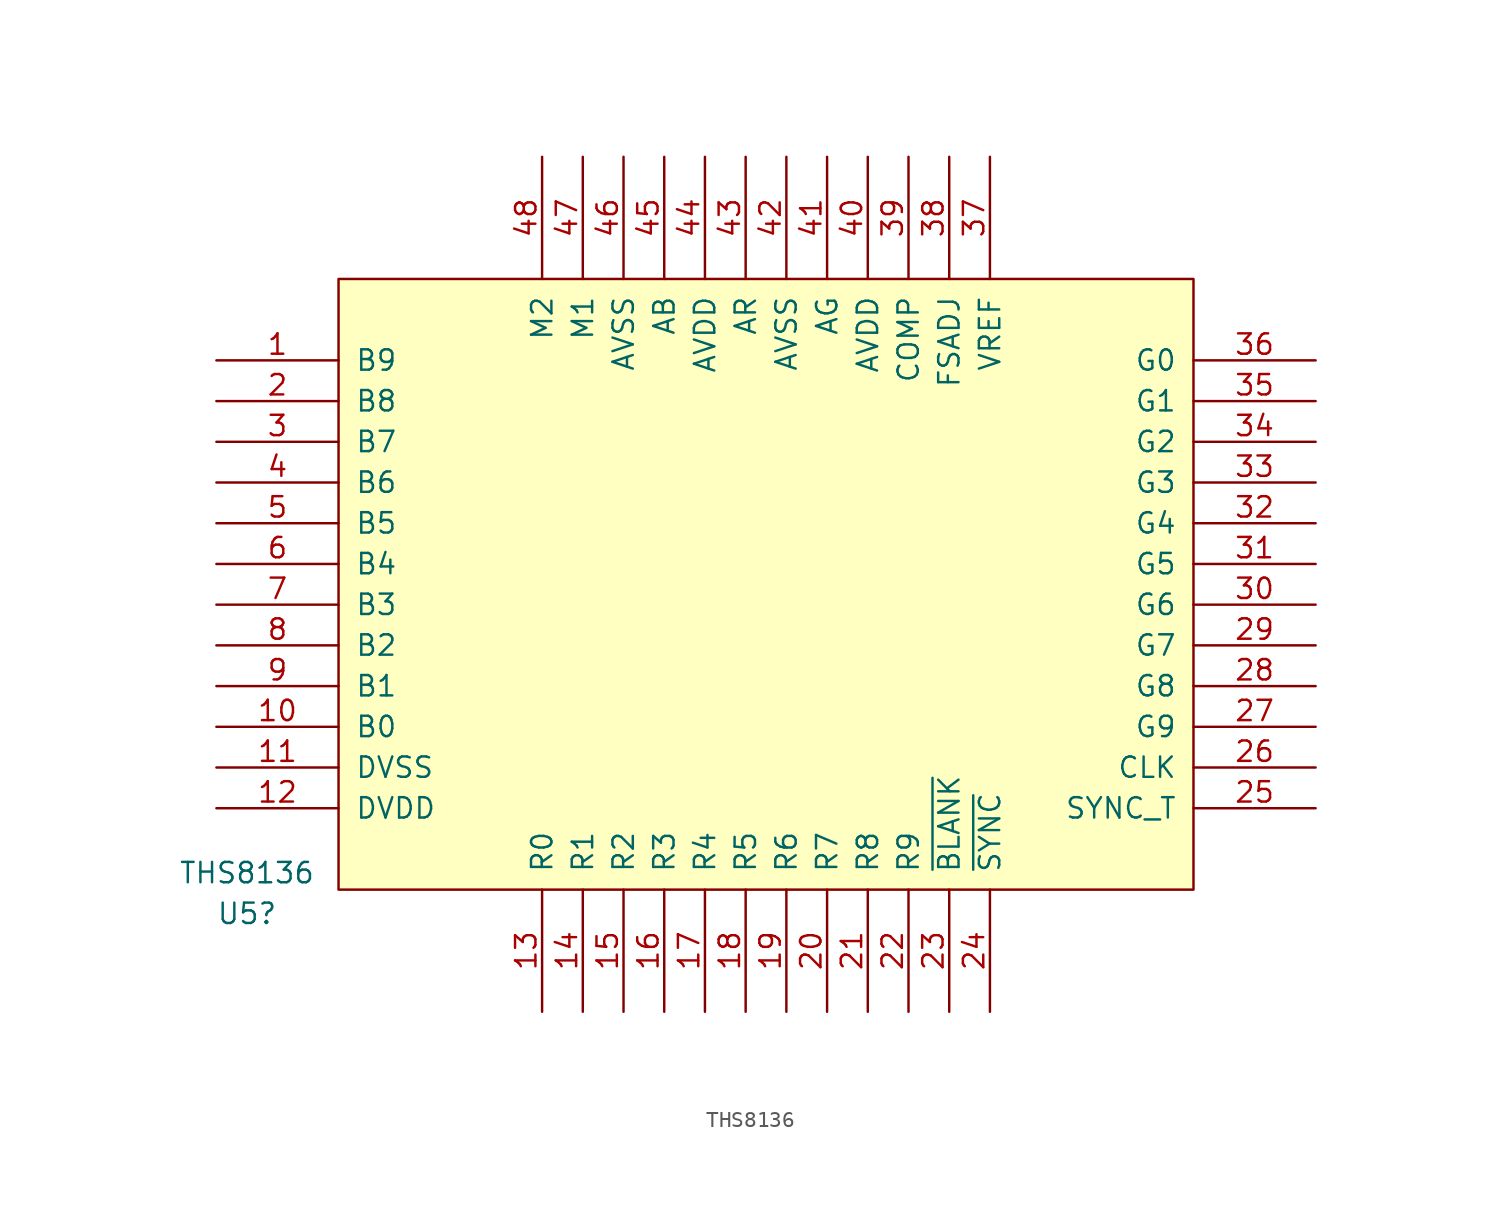
<source format=kicad_sym>
(kicad_symbol_lib
  (version 20211014)
  (generator kicad_symbol_editor)
  (symbol "THS8136"
    (pin_names
      (offset 1.016))
    (property "Reference" "U5"
      (at -32.385 -20.549 0)
      (effects (font (size 1.27 1.27))))
    (property "Value" "THS8136"
      (at -32.385 -18.009 0)
      (effects (font (size 1.27 1.27))))
    (symbol "THS8136_0_0"
      (pin power_in line (at -8.89 26.67 270) (length 2.54) hide (name "THERMAL" (effects (font (size 1.27 1.27)))) (number "49" (effects (font (size 1.27 1.27))))))
    (symbol "THS8136_1_0"
      (rectangle (start -26.67 -19.05) (end 26.67 19.05) (stroke (width 0) (type default) (color 0 0 0 0)) (fill (type background))))
    (symbol "THS8136_1_1"
      (pin input line (at -34.29 13.97 0) (length 7.62) (name "B9" (effects (font (size 1.27 1.27)))) (number "1" (effects (font (size 1.27 1.27)))))
      (pin input line (at -34.29 -8.89 0) (length 7.62) (name "B0" (effects (font (size 1.27 1.27)))) (number "10" (effects (font (size 1.27 1.27)))))
      (pin power_in line (at -34.29 -11.43 0) (length 7.62) (name "DVSS" (effects (font (size 1.27 1.27)))) (number "11" (effects (font (size 1.27 1.27)))))
      (pin power_in line (at -34.29 -13.97 0) (length 7.62) (name "DVDD" (effects (font (size 1.27 1.27)))) (number "12" (effects (font (size 1.27 1.27)))))
      (pin input line (at -13.97 -26.67 90) (length 7.62) (name "R0" (effects (font (size 1.27 1.27)))) (number "13" (effects (font (size 1.27 1.27)))))
      (pin input line (at -11.43 -26.67 90) (length 7.62) (name "R1" (effects (font (size 1.27 1.27)))) (number "14" (effects (font (size 1.27 1.27)))))
      (pin input line (at -8.89 -26.67 90) (length 7.62) (name "R2" (effects (font (size 1.27 1.27)))) (number "15" (effects (font (size 1.27 1.27)))))
      (pin input line (at -6.35 -26.67 90) (length 7.62) (name "R3" (effects (font (size 1.27 1.27)))) (number "16" (effects (font (size 1.27 1.27)))))
      (pin input line (at -3.81 -26.67 90) (length 7.62) (name "R4" (effects (font (size 1.27 1.27)))) (number "17" (effects (font (size 1.27 1.27)))))
      (pin input line (at -1.27 -26.67 90) (length 7.62) (name "R5" (effects (font (size 1.27 1.27)))) (number "18" (effects (font (size 1.27 1.27)))))
      (pin input line (at 1.27 -26.67 90) (length 7.62) (name "R6" (effects (font (size 1.27 1.27)))) (number "19" (effects (font (size 1.27 1.27)))))
      (pin input line (at -34.29 11.43 0) (length 7.62) (name "B8" (effects (font (size 1.27 1.27)))) (number "2" (effects (font (size 1.27 1.27)))))
      (pin input line (at 3.81 -26.67 90) (length 7.62) (name "R7" (effects (font (size 1.27 1.27)))) (number "20" (effects (font (size 1.27 1.27)))))
      (pin input line (at 6.35 -26.67 90) (length 7.62) (name "R8" (effects (font (size 1.27 1.27)))) (number "21" (effects (font (size 1.27 1.27)))))
      (pin input line (at 8.89 -26.67 90) (length 7.62) (name "R9" (effects (font (size 1.27 1.27)))) (number "22" (effects (font (size 1.27 1.27)))))
      (pin input line (at 11.43 -26.67 90) (length 7.62) (name "~{BLANK}" (effects (font (size 1.27 1.27)))) (number "23" (effects (font (size 1.27 1.27)))))
      (pin input line (at 13.97 -26.67 90) (length 7.62) (name "~{SYNC}" (effects (font (size 1.27 1.27)))) (number "24" (effects (font (size 1.27 1.27)))))
      (pin input line (at 34.29 -13.97 180) (length 7.62) (name "SYNC_T" (effects (font (size 1.27 1.27)))) (number "25" (effects (font (size 1.27 1.27)))))
      (pin input line (at 34.29 -11.43 180) (length 7.62) (name "CLK" (effects (font (size 1.27 1.27)))) (number "26" (effects (font (size 1.27 1.27)))))
      (pin input line (at 34.29 -8.89 180) (length 7.62) (name "G9" (effects (font (size 1.27 1.27)))) (number "27" (effects (font (size 1.27 1.27)))))
      (pin input line (at 34.29 -6.35 180) (length 7.62) (name "G8" (effects (font (size 1.27 1.27)))) (number "28" (effects (font (size 1.27 1.27)))))
      (pin input line (at 34.29 -3.81 180) (length 7.62) (name "G7" (effects (font (size 1.27 1.27)))) (number "29" (effects (font (size 1.27 1.27)))))
      (pin input line (at -34.29 8.89 0) (length 7.62) (name "B7" (effects (font (size 1.27 1.27)))) (number "3" (effects (font (size 1.27 1.27)))))
      (pin input line (at 34.29 -1.27 180) (length 7.62) (name "G6" (effects (font (size 1.27 1.27)))) (number "30" (effects (font (size 1.27 1.27)))))
      (pin input line (at 34.29 1.27 180) (length 7.62) (name "G5" (effects (font (size 1.27 1.27)))) (number "31" (effects (font (size 1.27 1.27)))))
      (pin input line (at 34.29 3.81 180) (length 7.62) (name "G4" (effects (font (size 1.27 1.27)))) (number "32" (effects (font (size 1.27 1.27)))))
      (pin input line (at 34.29 6.35 180) (length 7.62) (name "G3" (effects (font (size 1.27 1.27)))) (number "33" (effects (font (size 1.27 1.27)))))
      (pin input line (at 34.29 8.89 180) (length 7.62) (name "G2" (effects (font (size 1.27 1.27)))) (number "34" (effects (font (size 1.27 1.27)))))
      (pin input line (at 34.29 11.43 180) (length 7.62) (name "G1" (effects (font (size 1.27 1.27)))) (number "35" (effects (font (size 1.27 1.27)))))
      (pin input line (at 34.29 13.97 180) (length 7.62) (name "G0" (effects (font (size 1.27 1.27)))) (number "36" (effects (font (size 1.27 1.27)))))
      (pin output line (at 13.97 26.67 270) (length 7.62) (name "VREF" (effects (font (size 1.27 1.27)))) (number "37" (effects (font (size 1.27 1.27)))))
      (pin passive line (at 11.43 26.67 270) (length 7.62) (name "FSADJ" (effects (font (size 1.27 1.27)))) (number "38" (effects (font (size 1.27 1.27)))))
      (pin output line (at 8.89 26.67 270) (length 7.62) (name "COMP" (effects (font (size 1.27 1.27)))) (number "39" (effects (font (size 1.27 1.27)))))
      (pin input line (at -34.29 6.35 0) (length 7.62) (name "B6" (effects (font (size 1.27 1.27)))) (number "4" (effects (font (size 1.27 1.27)))))
      (pin power_in line (at 6.35 26.67 270) (length 7.62) (name "AVDD" (effects (font (size 1.27 1.27)))) (number "40" (effects (font (size 1.27 1.27)))))
      (pin output line (at 3.81 26.67 270) (length 7.62) (name "AG" (effects (font (size 1.27 1.27)))) (number "41" (effects (font (size 1.27 1.27)))))
      (pin power_in line (at 1.27 26.67 270) (length 7.62) (name "AVSS" (effects (font (size 1.27 1.27)))) (number "42" (effects (font (size 1.27 1.27)))))
      (pin output line (at -1.27 26.67 270) (length 7.62) (name "AR" (effects (font (size 1.27 1.27)))) (number "43" (effects (font (size 1.27 1.27)))))
      (pin power_in line (at -3.81 26.67 270) (length 7.62) (name "AVDD" (effects (font (size 1.27 1.27)))) (number "44" (effects (font (size 1.27 1.27)))))
      (pin output line (at -6.35 26.67 270) (length 7.62) (name "AB" (effects (font (size 1.27 1.27)))) (number "45" (effects (font (size 1.27 1.27)))))
      (pin power_in line (at -8.89 26.67 270) (length 7.62) (name "AVSS" (effects (font (size 1.27 1.27)))) (number "46" (effects (font (size 1.27 1.27)))))
      (pin input line (at -11.43 26.67 270) (length 7.62) (name "M1" (effects (font (size 1.27 1.27)))) (number "47" (effects (font (size 1.27 1.27)))))
      (pin input line (at -13.97 26.67 270) (length 7.62) (name "M2" (effects (font (size 1.27 1.27)))) (number "48" (effects (font (size 1.27 1.27)))))
      (pin input line (at -34.29 3.81 0) (length 7.62) (name "B5" (effects (font (size 1.27 1.27)))) (number "5" (effects (font (size 1.27 1.27)))))
      (pin input line (at -34.29 1.27 0) (length 7.62) (name "B4" (effects (font (size 1.27 1.27)))) (number "6" (effects (font (size 1.27 1.27)))))
      (pin input line (at -34.29 -1.27 0) (length 7.62) (name "B3" (effects (font (size 1.27 1.27)))) (number "7" (effects (font (size 1.27 1.27)))))
      (pin input line (at -34.29 -3.81 0) (length 7.62) (name "B2" (effects (font (size 1.27 1.27)))) (number "8" (effects (font (size 1.27 1.27)))))
      (pin input line (at -34.29 -6.35 0) (length 7.62) (name "B1" (effects (font (size 1.27 1.27)))) (number "9" (effects (font (size 1.27 1.27))))))))
</source>
